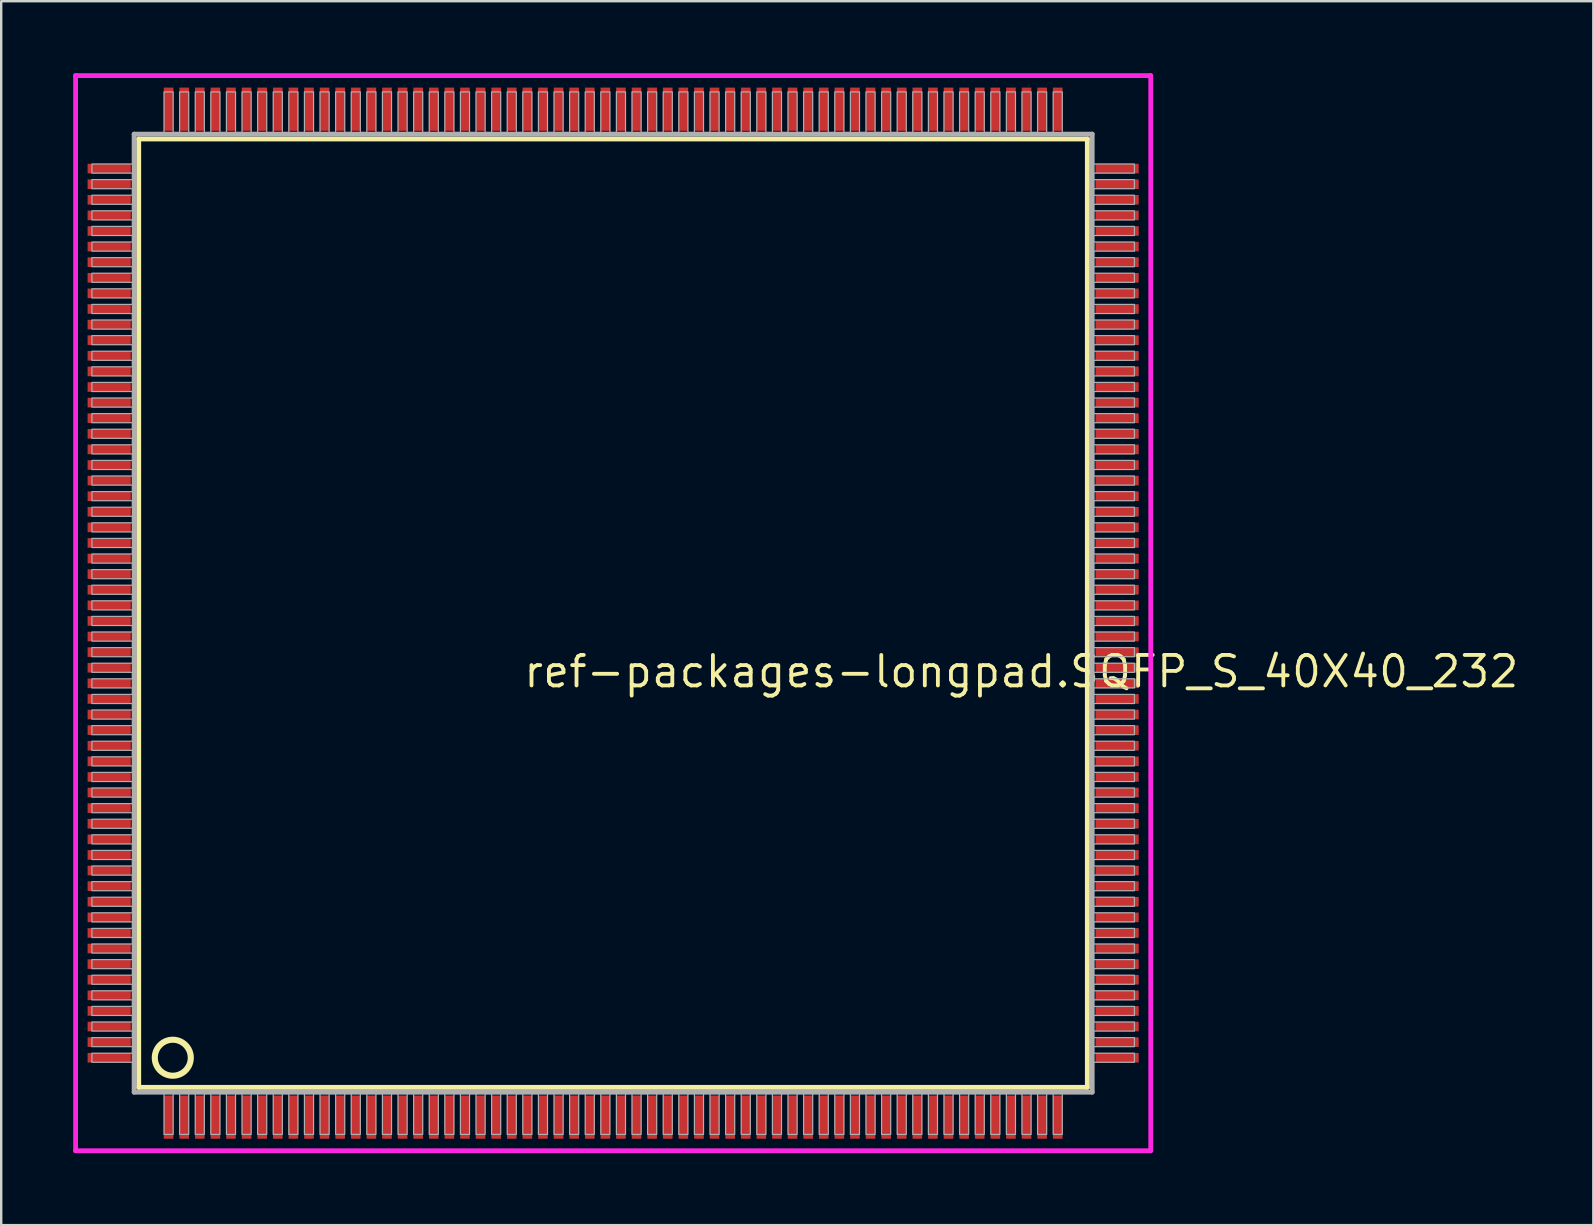
<source format=kicad_pcb>
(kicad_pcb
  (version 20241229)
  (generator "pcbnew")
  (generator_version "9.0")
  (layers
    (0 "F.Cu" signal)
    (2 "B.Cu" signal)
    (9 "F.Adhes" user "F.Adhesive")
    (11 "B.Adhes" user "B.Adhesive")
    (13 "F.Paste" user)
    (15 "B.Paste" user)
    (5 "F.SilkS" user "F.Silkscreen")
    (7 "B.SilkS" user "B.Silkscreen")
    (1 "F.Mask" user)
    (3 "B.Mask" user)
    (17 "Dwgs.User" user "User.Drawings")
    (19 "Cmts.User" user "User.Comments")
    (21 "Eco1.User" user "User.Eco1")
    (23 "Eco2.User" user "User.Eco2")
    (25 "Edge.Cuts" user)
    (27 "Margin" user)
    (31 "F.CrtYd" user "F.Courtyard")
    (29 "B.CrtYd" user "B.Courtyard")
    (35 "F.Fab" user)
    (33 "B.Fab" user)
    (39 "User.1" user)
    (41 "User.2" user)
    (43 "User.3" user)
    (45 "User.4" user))
  (footprint "ref-packages-longpad.SQFP_S_40X40_232"
    (layer "F.Cu")
    (at 22.5 22.5)
    (property "Reference" "ref-packages-longpad.SQFP_S_40X40_232" (at -3.81 3.175 0) (layer "F.SilkS") (effects (font (size 1.27 1.27) (thickness 0.16)) (justify left bottom)))
    (attr smd)
    (fp_line (start -19.77 -19.76) (end 19.76 -19.76) (stroke (width 0.203) (type default)) (layer "F.SilkS"))
    (fp_line (start -19.77 19.76) (end -19.77 -19.76) (stroke (width 0.203) (type default)) (layer "F.SilkS"))
    (fp_line (start 19.76 -19.76) (end 19.76 19.76) (stroke (width 0.203) (type default)) (layer "F.SilkS"))
    (fp_line (start 19.76 19.76) (end -19.77 19.76) (stroke (width 0.203) (type default)) (layer "F.SilkS"))
    (fp_circle (center -18.35 18.525) (end -17.6 18.525) (stroke (width 0.254) (type default)) (fill no) (layer "F.SilkS"))
    (fp_line (start -22.4 -22.4) (end 22.4 -22.4) (stroke (width 0.2) (type default)) (layer "F.CrtYd"))
    (fp_line (start -22.4 22.4) (end -22.4 -22.4) (stroke (width 0.2) (type default)) (layer "F.CrtYd"))
    (fp_line (start 22.4 -22.4) (end 22.4 22.4) (stroke (width 0.2) (type default)) (layer "F.CrtYd"))
    (fp_line (start 22.4 22.4) (end -22.4 22.4) (stroke (width 0.2) (type default)) (layer "F.CrtYd"))
    (fp_line (start -19.96 -19.96) (end -19.96 19.96) (stroke (width 0.203) (type default)) (layer "F.Fab"))
    (fp_line (start -19.96 19.96) (end 19.96 19.96) (stroke (width 0.203) (type default)) (layer "F.Fab"))
    (fp_line (start 19.96 -19.96) (end -19.96 -19.96) (stroke (width 0.203) (type default)) (layer "F.Fab"))
    (fp_line (start 19.96 19.96) (end 19.96 -19.96) (stroke (width 0.203) (type default)) (layer "F.Fab"))
    (fp_rect (start -21.72 -18.335) (end -20 -18.715) (stroke (width 0.05) (type default)) (fill no) (layer "F.Fab"))
    (fp_rect (start -21.72 -17.685) (end -20 -18.065) (stroke (width 0.05) (type default)) (fill no) (layer "F.Fab"))
    (fp_rect (start -21.72 -17.035) (end -20 -17.415) (stroke (width 0.05) (type default)) (fill no) (layer "F.Fab"))
    (fp_rect (start -21.72 -16.385) (end -20 -16.765) (stroke (width 0.05) (type default)) (fill no) (layer "F.Fab"))
    (fp_rect (start -21.72 -15.735) (end -20 -16.115) (stroke (width 0.05) (type default)) (fill no) (layer "F.Fab"))
    (fp_rect (start -21.72 -15.085) (end -20 -15.465) (stroke (width 0.05) (type default)) (fill no) (layer "F.Fab"))
    (fp_rect (start -21.72 -14.435) (end -20 -14.815) (stroke (width 0.05) (type default)) (fill no) (layer "F.Fab"))
    (fp_rect (start -21.72 -13.785) (end -20 -14.165) (stroke (width 0.05) (type default)) (fill no) (layer "F.Fab"))
    (fp_rect (start -21.72 -13.135) (end -20 -13.515) (stroke (width 0.05) (type default)) (fill no) (layer "F.Fab"))
    (fp_rect (start -21.72 -12.485) (end -20 -12.865) (stroke (width 0.05) (type default)) (fill no) (layer "F.Fab"))
    (fp_rect (start -21.72 -11.835) (end -20 -12.215) (stroke (width 0.05) (type default)) (fill no) (layer "F.Fab"))
    (fp_rect (start -21.72 -11.185) (end -20 -11.565) (stroke (width 0.05) (type default)) (fill no) (layer "F.Fab"))
    (fp_rect (start -21.72 -10.535) (end -20 -10.915) (stroke (width 0.05) (type default)) (fill no) (layer "F.Fab"))
    (fp_rect (start -21.72 -9.885) (end -20 -10.265) (stroke (width 0.05) (type default)) (fill no) (layer "F.Fab"))
    (fp_rect (start -21.72 -9.235) (end -20 -9.615) (stroke (width 0.05) (type default)) (fill no) (layer "F.Fab"))
    (fp_rect (start -21.72 -8.585) (end -20 -8.965) (stroke (width 0.05) (type default)) (fill no) (layer "F.Fab"))
    (fp_rect (start -21.72 -7.935) (end -20 -8.315) (stroke (width 0.05) (type default)) (fill no) (layer "F.Fab"))
    (fp_rect (start -21.72 -7.285) (end -20 -7.665) (stroke (width 0.05) (type default)) (fill no) (layer "F.Fab"))
    (fp_rect (start -21.72 -6.635) (end -20 -7.015) (stroke (width 0.05) (type default)) (fill no) (layer "F.Fab"))
    (fp_rect (start -21.72 -5.985) (end -20 -6.365) (stroke (width 0.05) (type default)) (fill no) (layer "F.Fab"))
    (fp_rect (start -21.72 -5.335) (end -20 -5.715) (stroke (width 0.05) (type default)) (fill no) (layer "F.Fab"))
    (fp_rect (start -21.72 -4.685) (end -20 -5.065) (stroke (width 0.05) (type default)) (fill no) (layer "F.Fab"))
    (fp_rect (start -21.72 -4.035) (end -20 -4.415) (stroke (width 0.05) (type default)) (fill no) (layer "F.Fab"))
    (fp_rect (start -21.72 -3.385) (end -20 -3.765) (stroke (width 0.05) (type default)) (fill no) (layer "F.Fab"))
    (fp_rect (start -21.72 -2.735) (end -20 -3.115) (stroke (width 0.05) (type default)) (fill no) (layer "F.Fab"))
    (fp_rect (start -21.72 -2.085) (end -20 -2.465) (stroke (width 0.05) (type default)) (fill no) (layer "F.Fab"))
    (fp_rect (start -21.72 -1.435) (end -20 -1.815) (stroke (width 0.05) (type default)) (fill no) (layer "F.Fab"))
    (fp_rect (start -21.72 -0.785) (end -20 -1.165) (stroke (width 0.05) (type default)) (fill no) (layer "F.Fab"))
    (fp_rect (start -21.72 -0.135) (end -20 -0.515) (stroke (width 0.05) (type default)) (fill no) (layer "F.Fab"))
    (fp_rect (start -21.72 0.515) (end -20 0.135) (stroke (width 0.05) (type default)) (fill no) (layer "F.Fab"))
    (fp_rect (start -21.72 1.165) (end -20 0.785) (stroke (width 0.05) (type default)) (fill no) (layer "F.Fab"))
    (fp_rect (start -21.72 1.815) (end -20 1.435) (stroke (width 0.05) (type default)) (fill no) (layer "F.Fab"))
    (fp_rect (start -21.72 2.465) (end -20 2.085) (stroke (width 0.05) (type default)) (fill no) (layer "F.Fab"))
    (fp_rect (start -21.72 3.115) (end -20 2.735) (stroke (width 0.05) (type default)) (fill no) (layer "F.Fab"))
    (fp_rect (start -21.72 3.765) (end -20 3.385) (stroke (width 0.05) (type default)) (fill no) (layer "F.Fab"))
    (fp_rect (start -21.72 4.415) (end -20 4.035) (stroke (width 0.05) (type default)) (fill no) (layer "F.Fab"))
    (fp_rect (start -21.72 5.065) (end -20 4.685) (stroke (width 0.05) (type default)) (fill no) (layer "F.Fab"))
    (fp_rect (start -21.72 5.715) (end -20 5.335) (stroke (width 0.05) (type default)) (fill no) (layer "F.Fab"))
    (fp_rect (start -21.72 6.365) (end -20 5.985) (stroke (width 0.05) (type default)) (fill no) (layer "F.Fab"))
    (fp_rect (start -21.72 7.015) (end -20 6.635) (stroke (width 0.05) (type default)) (fill no) (layer "F.Fab"))
    (fp_rect (start -21.72 7.665) (end -20 7.285) (stroke (width 0.05) (type default)) (fill no) (layer "F.Fab"))
    (fp_rect (start -21.72 8.315) (end -20 7.935) (stroke (width 0.05) (type default)) (fill no) (layer "F.Fab"))
    (fp_rect (start -21.72 8.965) (end -20 8.585) (stroke (width 0.05) (type default)) (fill no) (layer "F.Fab"))
    (fp_rect (start -21.72 9.615) (end -20 9.235) (stroke (width 0.05) (type default)) (fill no) (layer "F.Fab"))
    (fp_rect (start -21.72 10.265) (end -20 9.885) (stroke (width 0.05) (type default)) (fill no) (layer "F.Fab"))
    (fp_rect (start -21.72 10.915) (end -20 10.535) (stroke (width 0.05) (type default)) (fill no) (layer "F.Fab"))
    (fp_rect (start -21.72 11.565) (end -20 11.185) (stroke (width 0.05) (type default)) (fill no) (layer "F.Fab"))
    (fp_rect (start -21.72 12.215) (end -20 11.835) (stroke (width 0.05) (type default)) (fill no) (layer "F.Fab"))
    (fp_rect (start -21.72 12.865) (end -20 12.485) (stroke (width 0.05) (type default)) (fill no) (layer "F.Fab"))
    (fp_rect (start -21.72 13.515) (end -20 13.135) (stroke (width 0.05) (type default)) (fill no) (layer "F.Fab"))
    (fp_rect (start -21.72 14.165) (end -20 13.785) (stroke (width 0.05) (type default)) (fill no) (layer "F.Fab"))
    (fp_rect (start -21.72 14.815) (end -20 14.435) (stroke (width 0.05) (type default)) (fill no) (layer "F.Fab"))
    (fp_rect (start -21.72 15.465) (end -20 15.085) (stroke (width 0.05) (type default)) (fill no) (layer "F.Fab"))
    (fp_rect (start -21.72 16.115) (end -20 15.735) (stroke (width 0.05) (type default)) (fill no) (layer "F.Fab"))
    (fp_rect (start -21.72 16.765) (end -20 16.385) (stroke (width 0.05) (type default)) (fill no) (layer "F.Fab"))
    (fp_rect (start -21.72 17.415) (end -20 17.035) (stroke (width 0.05) (type default)) (fill no) (layer "F.Fab"))
    (fp_rect (start -21.72 18.065) (end -20 17.685) (stroke (width 0.05) (type default)) (fill no) (layer "F.Fab"))
    (fp_rect (start -21.72 18.715) (end -20 18.335) (stroke (width 0.05) (type default)) (fill no) (layer "F.Fab"))
    (fp_rect (start -18.715 -20) (end -18.335 -21.72) (stroke (width 0.05) (type default)) (fill no) (layer "F.Fab"))
    (fp_rect (start -18.715 21.72) (end -18.335 20) (stroke (width 0.05) (type default)) (fill no) (layer "F.Fab"))
    (fp_rect (start -18.065 -20) (end -17.685 -21.72) (stroke (width 0.05) (type default)) (fill no) (layer "F.Fab"))
    (fp_rect (start -18.065 21.72) (end -17.685 20) (stroke (width 0.05) (type default)) (fill no) (layer "F.Fab"))
    (fp_rect (start -17.415 -20) (end -17.035 -21.72) (stroke (width 0.05) (type default)) (fill no) (layer "F.Fab"))
    (fp_rect (start -17.415 21.72) (end -17.035 20) (stroke (width 0.05) (type default)) (fill no) (layer "F.Fab"))
    (fp_rect (start -16.765 -20) (end -16.385 -21.72) (stroke (width 0.05) (type default)) (fill no) (layer "F.Fab"))
    (fp_rect (start -16.765 21.72) (end -16.385 20) (stroke (width 0.05) (type default)) (fill no) (layer "F.Fab"))
    (fp_rect (start -16.115 -20) (end -15.735 -21.72) (stroke (width 0.05) (type default)) (fill no) (layer "F.Fab"))
    (fp_rect (start -16.115 21.72) (end -15.735 20) (stroke (width 0.05) (type default)) (fill no) (layer "F.Fab"))
    (fp_rect (start -15.465 -20) (end -15.085 -21.72) (stroke (width 0.05) (type default)) (fill no) (layer "F.Fab"))
    (fp_rect (start -15.465 21.72) (end -15.085 20) (stroke (width 0.05) (type default)) (fill no) (layer "F.Fab"))
    (fp_rect (start -14.815 -20) (end -14.435 -21.72) (stroke (width 0.05) (type default)) (fill no) (layer "F.Fab"))
    (fp_rect (start -14.815 21.72) (end -14.435 20) (stroke (width 0.05) (type default)) (fill no) (layer "F.Fab"))
    (fp_rect (start -14.165 -20) (end -13.785 -21.72) (stroke (width 0.05) (type default)) (fill no) (layer "F.Fab"))
    (fp_rect (start -14.165 21.72) (end -13.785 20) (stroke (width 0.05) (type default)) (fill no) (layer "F.Fab"))
    (fp_rect (start -13.515 -20) (end -13.135 -21.72) (stroke (width 0.05) (type default)) (fill no) (layer "F.Fab"))
    (fp_rect (start -13.515 21.72) (end -13.135 20) (stroke (width 0.05) (type default)) (fill no) (layer "F.Fab"))
    (fp_rect (start -12.865 -20) (end -12.485 -21.72) (stroke (width 0.05) (type default)) (fill no) (layer "F.Fab"))
    (fp_rect (start -12.865 21.72) (end -12.485 20) (stroke (width 0.05) (type default)) (fill no) (layer "F.Fab"))
    (fp_rect (start -12.215 -20) (end -11.835 -21.72) (stroke (width 0.05) (type default)) (fill no) (layer "F.Fab"))
    (fp_rect (start -12.215 21.72) (end -11.835 20) (stroke (width 0.05) (type default)) (fill no) (layer "F.Fab"))
    (fp_rect (start -11.565 -20) (end -11.185 -21.72) (stroke (width 0.05) (type default)) (fill no) (layer "F.Fab"))
    (fp_rect (start -11.565 21.72) (end -11.185 20) (stroke (width 0.05) (type default)) (fill no) (layer "F.Fab"))
    (fp_rect (start -10.915 -20) (end -10.535 -21.72) (stroke (width 0.05) (type default)) (fill no) (layer "F.Fab"))
    (fp_rect (start -10.915 21.72) (end -10.535 20) (stroke (width 0.05) (type default)) (fill no) (layer "F.Fab"))
    (fp_rect (start -10.265 -20) (end -9.885 -21.72) (stroke (width 0.05) (type default)) (fill no) (layer "F.Fab"))
    (fp_rect (start -10.265 21.72) (end -9.885 20) (stroke (width 0.05) (type default)) (fill no) (layer "F.Fab"))
    (fp_rect (start -9.615 -20) (end -9.235 -21.72) (stroke (width 0.05) (type default)) (fill no) (layer "F.Fab"))
    (fp_rect (start -9.615 21.72) (end -9.235 20) (stroke (width 0.05) (type default)) (fill no) (layer "F.Fab"))
    (fp_rect (start -8.965 -20) (end -8.585 -21.72) (stroke (width 0.05) (type default)) (fill no) (layer "F.Fab"))
    (fp_rect (start -8.965 21.72) (end -8.585 20) (stroke (width 0.05) (type default)) (fill no) (layer "F.Fab"))
    (fp_rect (start -8.315 -20) (end -7.935 -21.72) (stroke (width 0.05) (type default)) (fill no) (layer "F.Fab"))
    (fp_rect (start -8.315 21.72) (end -7.935 20) (stroke (width 0.05) (type default)) (fill no) (layer "F.Fab"))
    (fp_rect (start -7.665 -20) (end -7.285 -21.72) (stroke (width 0.05) (type default)) (fill no) (layer "F.Fab"))
    (fp_rect (start -7.665 21.72) (end -7.285 20) (stroke (width 0.05) (type default)) (fill no) (layer "F.Fab"))
    (fp_rect (start -7.015 -20) (end -6.635 -21.72) (stroke (width 0.05) (type default)) (fill no) (layer "F.Fab"))
    (fp_rect (start -7.015 21.72) (end -6.635 20) (stroke (width 0.05) (type default)) (fill no) (layer "F.Fab"))
    (fp_rect (start -6.365 -20) (end -5.985 -21.72) (stroke (width 0.05) (type default)) (fill no) (layer "F.Fab"))
    (fp_rect (start -6.365 21.72) (end -5.985 20) (stroke (width 0.05) (type default)) (fill no) (layer "F.Fab"))
    (fp_rect (start -5.715 -20) (end -5.335 -21.72) (stroke (width 0.05) (type default)) (fill no) (layer "F.Fab"))
    (fp_rect (start -5.715 21.72) (end -5.335 20) (stroke (width 0.05) (type default)) (fill no) (layer "F.Fab"))
    (fp_rect (start -5.065 -20) (end -4.685 -21.72) (stroke (width 0.05) (type default)) (fill no) (layer "F.Fab"))
    (fp_rect (start -5.065 21.72) (end -4.685 20) (stroke (width 0.05) (type default)) (fill no) (layer "F.Fab"))
    (fp_rect (start -4.415 -20) (end -4.035 -21.72) (stroke (width 0.05) (type default)) (fill no) (layer "F.Fab"))
    (fp_rect (start -4.415 21.72) (end -4.035 20) (stroke (width 0.05) (type default)) (fill no) (layer "F.Fab"))
    (fp_rect (start -3.765 -20) (end -3.385 -21.72) (stroke (width 0.05) (type default)) (fill no) (layer "F.Fab"))
    (fp_rect (start -3.765 21.72) (end -3.385 20) (stroke (width 0.05) (type default)) (fill no) (layer "F.Fab"))
    (fp_rect (start -3.115 -20) (end -2.735 -21.72) (stroke (width 0.05) (type default)) (fill no) (layer "F.Fab"))
    (fp_rect (start -3.115 21.72) (end -2.735 20) (stroke (width 0.05) (type default)) (fill no) (layer "F.Fab"))
    (fp_rect (start -2.465 -20) (end -2.085 -21.72) (stroke (width 0.05) (type default)) (fill no) (layer "F.Fab"))
    (fp_rect (start -2.465 21.72) (end -2.085 20) (stroke (width 0.05) (type default)) (fill no) (layer "F.Fab"))
    (fp_rect (start -1.815 -20) (end -1.435 -21.72) (stroke (width 0.05) (type default)) (fill no) (layer "F.Fab"))
    (fp_rect (start -1.815 21.72) (end -1.435 20) (stroke (width 0.05) (type default)) (fill no) (layer "F.Fab"))
    (fp_rect (start -1.165 -20) (end -0.785 -21.72) (stroke (width 0.05) (type default)) (fill no) (layer "F.Fab"))
    (fp_rect (start -1.165 21.72) (end -0.785 20) (stroke (width 0.05) (type default)) (fill no) (layer "F.Fab"))
    (fp_rect (start -0.515 -20) (end -0.135 -21.72) (stroke (width 0.05) (type default)) (fill no) (layer "F.Fab"))
    (fp_rect (start -0.515 21.72) (end -0.135 20) (stroke (width 0.05) (type default)) (fill no) (layer "F.Fab"))
    (fp_rect (start 0.135 -20) (end 0.515 -21.72) (stroke (width 0.05) (type default)) (fill no) (layer "F.Fab"))
    (fp_rect (start 0.135 21.72) (end 0.515 20) (stroke (width 0.05) (type default)) (fill no) (layer "F.Fab"))
    (fp_rect (start 0.785 -20) (end 1.165 -21.72) (stroke (width 0.05) (type default)) (fill no) (layer "F.Fab"))
    (fp_rect (start 0.785 21.72) (end 1.165 20) (stroke (width 0.05) (type default)) (fill no) (layer "F.Fab"))
    (fp_rect (start 1.435 -20) (end 1.815 -21.72) (stroke (width 0.05) (type default)) (fill no) (layer "F.Fab"))
    (fp_rect (start 1.435 21.72) (end 1.815 20) (stroke (width 0.05) (type default)) (fill no) (layer "F.Fab"))
    (fp_rect (start 2.085 -20) (end 2.465 -21.72) (stroke (width 0.05) (type default)) (fill no) (layer "F.Fab"))
    (fp_rect (start 2.085 21.72) (end 2.465 20) (stroke (width 0.05) (type default)) (fill no) (layer "F.Fab"))
    (fp_rect (start 2.735 -20) (end 3.115 -21.72) (stroke (width 0.05) (type default)) (fill no) (layer "F.Fab"))
    (fp_rect (start 2.735 21.72) (end 3.115 20) (stroke (width 0.05) (type default)) (fill no) (layer "F.Fab"))
    (fp_rect (start 3.385 -20) (end 3.765 -21.72) (stroke (width 0.05) (type default)) (fill no) (layer "F.Fab"))
    (fp_rect (start 3.385 21.72) (end 3.765 20) (stroke (width 0.05) (type default)) (fill no) (layer "F.Fab"))
    (fp_rect (start 4.035 -20) (end 4.415 -21.72) (stroke (width 0.05) (type default)) (fill no) (layer "F.Fab"))
    (fp_rect (start 4.035 21.72) (end 4.415 20) (stroke (width 0.05) (type default)) (fill no) (layer "F.Fab"))
    (fp_rect (start 4.685 -20) (end 5.065 -21.72) (stroke (width 0.05) (type default)) (fill no) (layer "F.Fab"))
    (fp_rect (start 4.685 21.72) (end 5.065 20) (stroke (width 0.05) (type default)) (fill no) (layer "F.Fab"))
    (fp_rect (start 5.335 -20) (end 5.715 -21.72) (stroke (width 0.05) (type default)) (fill no) (layer "F.Fab"))
    (fp_rect (start 5.335 21.72) (end 5.715 20) (stroke (width 0.05) (type default)) (fill no) (layer "F.Fab"))
    (fp_rect (start 5.985 -20) (end 6.365 -21.72) (stroke (width 0.05) (type default)) (fill no) (layer "F.Fab"))
    (fp_rect (start 5.985 21.72) (end 6.365 20) (stroke (width 0.05) (type default)) (fill no) (layer "F.Fab"))
    (fp_rect (start 6.635 -20) (end 7.015 -21.72) (stroke (width 0.05) (type default)) (fill no) (layer "F.Fab"))
    (fp_rect (start 6.635 21.72) (end 7.015 20) (stroke (width 0.05) (type default)) (fill no) (layer "F.Fab"))
    (fp_rect (start 7.285 -20) (end 7.665 -21.72) (stroke (width 0.05) (type default)) (fill no) (layer "F.Fab"))
    (fp_rect (start 7.285 21.72) (end 7.665 20) (stroke (width 0.05) (type default)) (fill no) (layer "F.Fab"))
    (fp_rect (start 7.935 -20) (end 8.315 -21.72) (stroke (width 0.05) (type default)) (fill no) (layer "F.Fab"))
    (fp_rect (start 7.935 21.72) (end 8.315 20) (stroke (width 0.05) (type default)) (fill no) (layer "F.Fab"))
    (fp_rect (start 8.585 -20) (end 8.965 -21.72) (stroke (width 0.05) (type default)) (fill no) (layer "F.Fab"))
    (fp_rect (start 8.585 21.72) (end 8.965 20) (stroke (width 0.05) (type default)) (fill no) (layer "F.Fab"))
    (fp_rect (start 9.235 -20) (end 9.615 -21.72) (stroke (width 0.05) (type default)) (fill no) (layer "F.Fab"))
    (fp_rect (start 9.235 21.72) (end 9.615 20) (stroke (width 0.05) (type default)) (fill no) (layer "F.Fab"))
    (fp_rect (start 9.885 -20) (end 10.265 -21.72) (stroke (width 0.05) (type default)) (fill no) (layer "F.Fab"))
    (fp_rect (start 9.885 21.72) (end 10.265 20) (stroke (width 0.05) (type default)) (fill no) (layer "F.Fab"))
    (fp_rect (start 10.535 -20) (end 10.915 -21.72) (stroke (width 0.05) (type default)) (fill no) (layer "F.Fab"))
    (fp_rect (start 10.535 21.72) (end 10.915 20) (stroke (width 0.05) (type default)) (fill no) (layer "F.Fab"))
    (fp_rect (start 11.185 -20) (end 11.565 -21.72) (stroke (width 0.05) (type default)) (fill no) (layer "F.Fab"))
    (fp_rect (start 11.185 21.72) (end 11.565 20) (stroke (width 0.05) (type default)) (fill no) (layer "F.Fab"))
    (fp_rect (start 11.835 -20) (end 12.215 -21.72) (stroke (width 0.05) (type default)) (fill no) (layer "F.Fab"))
    (fp_rect (start 11.835 21.72) (end 12.215 20) (stroke (width 0.05) (type default)) (fill no) (layer "F.Fab"))
    (fp_rect (start 12.485 -20) (end 12.865 -21.72) (stroke (width 0.05) (type default)) (fill no) (layer "F.Fab"))
    (fp_rect (start 12.485 21.72) (end 12.865 20) (stroke (width 0.05) (type default)) (fill no) (layer "F.Fab"))
    (fp_rect (start 13.135 -20) (end 13.515 -21.72) (stroke (width 0.05) (type default)) (fill no) (layer "F.Fab"))
    (fp_rect (start 13.135 21.72) (end 13.515 20) (stroke (width 0.05) (type default)) (fill no) (layer "F.Fab"))
    (fp_rect (start 13.785 -20) (end 14.165 -21.72) (stroke (width 0.05) (type default)) (fill no) (layer "F.Fab"))
    (fp_rect (start 13.785 21.72) (end 14.165 20) (stroke (width 0.05) (type default)) (fill no) (layer "F.Fab"))
    (fp_rect (start 14.435 -20) (end 14.815 -21.72) (stroke (width 0.05) (type default)) (fill no) (layer "F.Fab"))
    (fp_rect (start 14.435 21.72) (end 14.815 20) (stroke (width 0.05) (type default)) (fill no) (layer "F.Fab"))
    (fp_rect (start 15.085 -20) (end 15.465 -21.72) (stroke (width 0.05) (type default)) (fill no) (layer "F.Fab"))
    (fp_rect (start 15.085 21.72) (end 15.465 20) (stroke (width 0.05) (type default)) (fill no) (layer "F.Fab"))
    (fp_rect (start 15.735 -20) (end 16.115 -21.72) (stroke (width 0.05) (type default)) (fill no) (layer "F.Fab"))
    (fp_rect (start 15.735 21.72) (end 16.115 20) (stroke (width 0.05) (type default)) (fill no) (layer "F.Fab"))
    (fp_rect (start 16.385 -20) (end 16.765 -21.72) (stroke (width 0.05) (type default)) (fill no) (layer "F.Fab"))
    (fp_rect (start 16.385 21.72) (end 16.765 20) (stroke (width 0.05) (type default)) (fill no) (layer "F.Fab"))
    (fp_rect (start 17.035 -20) (end 17.415 -21.72) (stroke (width 0.05) (type default)) (fill no) (layer "F.Fab"))
    (fp_rect (start 17.035 21.72) (end 17.415 20) (stroke (width 0.05) (type default)) (fill no) (layer "F.Fab"))
    (fp_rect (start 17.685 -20) (end 18.065 -21.72) (stroke (width 0.05) (type default)) (fill no) (layer "F.Fab"))
    (fp_rect (start 17.685 21.72) (end 18.065 20) (stroke (width 0.05) (type default)) (fill no) (layer "F.Fab"))
    (fp_rect (start 18.335 -20) (end 18.715 -21.72) (stroke (width 0.05) (type default)) (fill no) (layer "F.Fab"))
    (fp_rect (start 18.335 21.72) (end 18.715 20) (stroke (width 0.05) (type default)) (fill no) (layer "F.Fab"))
    (fp_rect (start 20 -18.335) (end 21.72 -18.715) (stroke (width 0.05) (type default)) (fill no) (layer "F.Fab"))
    (fp_rect (start 20 -17.685) (end 21.72 -18.065) (stroke (width 0.05) (type default)) (fill no) (layer "F.Fab"))
    (fp_rect (start 20 -17.035) (end 21.72 -17.415) (stroke (width 0.05) (type default)) (fill no) (layer "F.Fab"))
    (fp_rect (start 20 -16.385) (end 21.72 -16.765) (stroke (width 0.05) (type default)) (fill no) (layer "F.Fab"))
    (fp_rect (start 20 -15.735) (end 21.72 -16.115) (stroke (width 0.05) (type default)) (fill no) (layer "F.Fab"))
    (fp_rect (start 20 -15.085) (end 21.72 -15.465) (stroke (width 0.05) (type default)) (fill no) (layer "F.Fab"))
    (fp_rect (start 20 -14.435) (end 21.72 -14.815) (stroke (width 0.05) (type default)) (fill no) (layer "F.Fab"))
    (fp_rect (start 20 -13.785) (end 21.72 -14.165) (stroke (width 0.05) (type default)) (fill no) (layer "F.Fab"))
    (fp_rect (start 20 -13.135) (end 21.72 -13.515) (stroke (width 0.05) (type default)) (fill no) (layer "F.Fab"))
    (fp_rect (start 20 -12.485) (end 21.72 -12.865) (stroke (width 0.05) (type default)) (fill no) (layer "F.Fab"))
    (fp_rect (start 20 -11.835) (end 21.72 -12.215) (stroke (width 0.05) (type default)) (fill no) (layer "F.Fab"))
    (fp_rect (start 20 -11.185) (end 21.72 -11.565) (stroke (width 0.05) (type default)) (fill no) (layer "F.Fab"))
    (fp_rect (start 20 -10.535) (end 21.72 -10.915) (stroke (width 0.05) (type default)) (fill no) (layer "F.Fab"))
    (fp_rect (start 20 -9.885) (end 21.72 -10.265) (stroke (width 0.05) (type default)) (fill no) (layer "F.Fab"))
    (fp_rect (start 20 -9.235) (end 21.72 -9.615) (stroke (width 0.05) (type default)) (fill no) (layer "F.Fab"))
    (fp_rect (start 20 -8.585) (end 21.72 -8.965) (stroke (width 0.05) (type default)) (fill no) (layer "F.Fab"))
    (fp_rect (start 20 -7.935) (end 21.72 -8.315) (stroke (width 0.05) (type default)) (fill no) (layer "F.Fab"))
    (fp_rect (start 20 -7.285) (end 21.72 -7.665) (stroke (width 0.05) (type default)) (fill no) (layer "F.Fab"))
    (fp_rect (start 20 -6.635) (end 21.72 -7.015) (stroke (width 0.05) (type default)) (fill no) (layer "F.Fab"))
    (fp_rect (start 20 -5.985) (end 21.72 -6.365) (stroke (width 0.05) (type default)) (fill no) (layer "F.Fab"))
    (fp_rect (start 20 -5.335) (end 21.72 -5.715) (stroke (width 0.05) (type default)) (fill no) (layer "F.Fab"))
    (fp_rect (start 20 -4.685) (end 21.72 -5.065) (stroke (width 0.05) (type default)) (fill no) (layer "F.Fab"))
    (fp_rect (start 20 -4.035) (end 21.72 -4.415) (stroke (width 0.05) (type default)) (fill no) (layer "F.Fab"))
    (fp_rect (start 20 -3.385) (end 21.72 -3.765) (stroke (width 0.05) (type default)) (fill no) (layer "F.Fab"))
    (fp_rect (start 20 -2.735) (end 21.72 -3.115) (stroke (width 0.05) (type default)) (fill no) (layer "F.Fab"))
    (fp_rect (start 20 -2.085) (end 21.72 -2.465) (stroke (width 0.05) (type default)) (fill no) (layer "F.Fab"))
    (fp_rect (start 20 -1.435) (end 21.72 -1.815) (stroke (width 0.05) (type default)) (fill no) (layer "F.Fab"))
    (fp_rect (start 20 -0.785) (end 21.72 -1.165) (stroke (width 0.05) (type default)) (fill no) (layer "F.Fab"))
    (fp_rect (start 20 -0.135) (end 21.72 -0.515) (stroke (width 0.05) (type default)) (fill no) (layer "F.Fab"))
    (fp_rect (start 20 0.515) (end 21.72 0.135) (stroke (width 0.05) (type default)) (fill no) (layer "F.Fab"))
    (fp_rect (start 20 1.165) (end 21.72 0.785) (stroke (width 0.05) (type default)) (fill no) (layer "F.Fab"))
    (fp_rect (start 20 1.815) (end 21.72 1.435) (stroke (width 0.05) (type default)) (fill no) (layer "F.Fab"))
    (fp_rect (start 20 2.465) (end 21.72 2.085) (stroke (width 0.05) (type default)) (fill no) (layer "F.Fab"))
    (fp_rect (start 20 3.115) (end 21.72 2.735) (stroke (width 0.05) (type default)) (fill no) (layer "F.Fab"))
    (fp_rect (start 20 3.765) (end 21.72 3.385) (stroke (width 0.05) (type default)) (fill no) (layer "F.Fab"))
    (fp_rect (start 20 4.415) (end 21.72 4.035) (stroke (width 0.05) (type default)) (fill no) (layer "F.Fab"))
    (fp_rect (start 20 5.065) (end 21.72 4.685) (stroke (width 0.05) (type default)) (fill no) (layer "F.Fab"))
    (fp_rect (start 20 5.715) (end 21.72 5.335) (stroke (width 0.05) (type default)) (fill no) (layer "F.Fab"))
    (fp_rect (start 20 6.365) (end 21.72 5.985) (stroke (width 0.05) (type default)) (fill no) (layer "F.Fab"))
    (fp_rect (start 20 7.015) (end 21.72 6.635) (stroke (width 0.05) (type default)) (fill no) (layer "F.Fab"))
    (fp_rect (start 20 7.665) (end 21.72 7.285) (stroke (width 0.05) (type default)) (fill no) (layer "F.Fab"))
    (fp_rect (start 20 8.315) (end 21.72 7.935) (stroke (width 0.05) (type default)) (fill no) (layer "F.Fab"))
    (fp_rect (start 20 8.965) (end 21.72 8.585) (stroke (width 0.05) (type default)) (fill no) (layer "F.Fab"))
    (fp_rect (start 20 9.615) (end 21.72 9.235) (stroke (width 0.05) (type default)) (fill no) (layer "F.Fab"))
    (fp_rect (start 20 10.265) (end 21.72 9.885) (stroke (width 0.05) (type default)) (fill no) (layer "F.Fab"))
    (fp_rect (start 20 10.915) (end 21.72 10.535) (stroke (width 0.05) (type default)) (fill no) (layer "F.Fab"))
    (fp_rect (start 20 11.565) (end 21.72 11.185) (stroke (width 0.05) (type default)) (fill no) (layer "F.Fab"))
    (fp_rect (start 20 12.215) (end 21.72 11.835) (stroke (width 0.05) (type default)) (fill no) (layer "F.Fab"))
    (fp_rect (start 20 12.865) (end 21.72 12.485) (stroke (width 0.05) (type default)) (fill no) (layer "F.Fab"))
    (fp_rect (start 20 13.515) (end 21.72 13.135) (stroke (width 0.05) (type default)) (fill no) (layer "F.Fab"))
    (fp_rect (start 20 14.165) (end 21.72 13.785) (stroke (width 0.05) (type default)) (fill no) (layer "F.Fab"))
    (fp_rect (start 20 14.815) (end 21.72 14.435) (stroke (width 0.05) (type default)) (fill no) (layer "F.Fab"))
    (fp_rect (start 20 15.465) (end 21.72 15.085) (stroke (width 0.05) (type default)) (fill no) (layer "F.Fab"))
    (fp_rect (start 20 16.115) (end 21.72 15.735) (stroke (width 0.05) (type default)) (fill no) (layer "F.Fab"))
    (fp_rect (start 20 16.765) (end 21.72 16.385) (stroke (width 0.05) (type default)) (fill no) (layer "F.Fab"))
    (fp_rect (start 20 17.415) (end 21.72 17.035) (stroke (width 0.05) (type default)) (fill no) (layer "F.Fab"))
    (fp_rect (start 20 18.065) (end 21.72 17.685) (stroke (width 0.05) (type default)) (fill no) (layer "F.Fab"))
    (fp_rect (start 20 18.715) (end 21.72 18.335) (stroke (width 0.05) (type default)) (fill no) (layer "F.Fab"))
    (pad "1" smd roundrect (at -18.525 21) (size 0.4 1.8) (layers "F.Cu" "F.Mask" "F.Paste") (roundrect_rratio 0.01))
    (pad "2" smd roundrect (at -17.875 21) (size 0.4 1.8) (layers "F.Cu" "F.Mask" "F.Paste") (roundrect_rratio 0.01))
    (pad "3" smd roundrect (at -17.225 21) (size 0.4 1.8) (layers "F.Cu" "F.Mask" "F.Paste") (roundrect_rratio 0.01))
    (pad "4" smd roundrect (at -16.575 21) (size 0.4 1.8) (layers "F.Cu" "F.Mask" "F.Paste") (roundrect_rratio 0.01))
    (pad "5" smd roundrect (at -15.925 21) (size 0.4 1.8) (layers "F.Cu" "F.Mask" "F.Paste") (roundrect_rratio 0.01))
    (pad "6" smd roundrect (at -15.275 21) (size 0.4 1.8) (layers "F.Cu" "F.Mask" "F.Paste") (roundrect_rratio 0.01))
    (pad "7" smd roundrect (at -14.625 21) (size 0.4 1.8) (layers "F.Cu" "F.Mask" "F.Paste") (roundrect_rratio 0.01))
    (pad "8" smd roundrect (at -13.975 21) (size 0.4 1.8) (layers "F.Cu" "F.Mask" "F.Paste") (roundrect_rratio 0.01))
    (pad "9" smd roundrect (at -13.325 21) (size 0.4 1.8) (layers "F.Cu" "F.Mask" "F.Paste") (roundrect_rratio 0.01))
    (pad "10" smd roundrect (at -12.675 21) (size 0.4 1.8) (layers "F.Cu" "F.Mask" "F.Paste") (roundrect_rratio 0.01))
    (pad "11" smd roundrect (at -12.025 21) (size 0.4 1.8) (layers "F.Cu" "F.Mask" "F.Paste") (roundrect_rratio 0.01))
    (pad "12" smd roundrect (at -11.375 21) (size 0.4 1.8) (layers "F.Cu" "F.Mask" "F.Paste") (roundrect_rratio 0.01))
    (pad "13" smd roundrect (at -10.725 21) (size 0.4 1.8) (layers "F.Cu" "F.Mask" "F.Paste") (roundrect_rratio 0.01))
    (pad "14" smd roundrect (at -10.075 21) (size 0.4 1.8) (layers "F.Cu" "F.Mask" "F.Paste") (roundrect_rratio 0.01))
    (pad "15" smd roundrect (at -9.425 21) (size 0.4 1.8) (layers "F.Cu" "F.Mask" "F.Paste") (roundrect_rratio 0.01))
    (pad "16" smd roundrect (at -8.775 21) (size 0.4 1.8) (layers "F.Cu" "F.Mask" "F.Paste") (roundrect_rratio 0.01))
    (pad "17" smd roundrect (at -8.125 21) (size 0.4 1.8) (layers "F.Cu" "F.Mask" "F.Paste") (roundrect_rratio 0.01))
    (pad "18" smd roundrect (at -7.475 21) (size 0.4 1.8) (layers "F.Cu" "F.Mask" "F.Paste") (roundrect_rratio 0.01))
    (pad "19" smd roundrect (at -6.825 21) (size 0.4 1.8) (layers "F.Cu" "F.Mask" "F.Paste") (roundrect_rratio 0.01))
    (pad "20" smd roundrect (at -6.175 21) (size 0.4 1.8) (layers "F.Cu" "F.Mask" "F.Paste") (roundrect_rratio 0.01))
    (pad "21" smd roundrect (at -5.525 21) (size 0.4 1.8) (layers "F.Cu" "F.Mask" "F.Paste") (roundrect_rratio 0.01))
    (pad "22" smd roundrect (at -4.875 21) (size 0.4 1.8) (layers "F.Cu" "F.Mask" "F.Paste") (roundrect_rratio 0.01))
    (pad "23" smd roundrect (at -4.225 21) (size 0.4 1.8) (layers "F.Cu" "F.Mask" "F.Paste") (roundrect_rratio 0.01))
    (pad "24" smd roundrect (at -3.575 21) (size 0.4 1.8) (layers "F.Cu" "F.Mask" "F.Paste") (roundrect_rratio 0.01))
    (pad "25" smd roundrect (at -2.925 21) (size 0.4 1.8) (layers "F.Cu" "F.Mask" "F.Paste") (roundrect_rratio 0.01))
    (pad "26" smd roundrect (at -2.275 21) (size 0.4 1.8) (layers "F.Cu" "F.Mask" "F.Paste") (roundrect_rratio 0.01))
    (pad "27" smd roundrect (at -1.625 21) (size 0.4 1.8) (layers "F.Cu" "F.Mask" "F.Paste") (roundrect_rratio 0.01))
    (pad "28" smd roundrect (at -0.975 21) (size 0.4 1.8) (layers "F.Cu" "F.Mask" "F.Paste") (roundrect_rratio 0.01))
    (pad "29" smd roundrect (at -0.325 21) (size 0.4 1.8) (layers "F.Cu" "F.Mask" "F.Paste") (roundrect_rratio 0.01))
    (pad "30" smd roundrect (at 0.325 21) (size 0.4 1.8) (layers "F.Cu" "F.Mask" "F.Paste") (roundrect_rratio 0.01))
    (pad "31" smd roundrect (at 0.975 21) (size 0.4 1.8) (layers "F.Cu" "F.Mask" "F.Paste") (roundrect_rratio 0.01))
    (pad "32" smd roundrect (at 1.625 21) (size 0.4 1.8) (layers "F.Cu" "F.Mask" "F.Paste") (roundrect_rratio 0.01))
    (pad "33" smd roundrect (at 2.275 21) (size 0.4 1.8) (layers "F.Cu" "F.Mask" "F.Paste") (roundrect_rratio 0.01))
    (pad "34" smd roundrect (at 2.925 21) (size 0.4 1.8) (layers "F.Cu" "F.Mask" "F.Paste") (roundrect_rratio 0.01))
    (pad "35" smd roundrect (at 3.575 21) (size 0.4 1.8) (layers "F.Cu" "F.Mask" "F.Paste") (roundrect_rratio 0.01))
    (pad "36" smd roundrect (at 4.225 21) (size 0.4 1.8) (layers "F.Cu" "F.Mask" "F.Paste") (roundrect_rratio 0.01))
    (pad "37" smd roundrect (at 4.875 21) (size 0.4 1.8) (layers "F.Cu" "F.Mask" "F.Paste") (roundrect_rratio 0.01))
    (pad "38" smd roundrect (at 5.525 21) (size 0.4 1.8) (layers "F.Cu" "F.Mask" "F.Paste") (roundrect_rratio 0.01))
    (pad "39" smd roundrect (at 6.175 21) (size 0.4 1.8) (layers "F.Cu" "F.Mask" "F.Paste") (roundrect_rratio 0.01))
    (pad "40" smd roundrect (at 6.825 21) (size 0.4 1.8) (layers "F.Cu" "F.Mask" "F.Paste") (roundrect_rratio 0.01))
    (pad "41" smd roundrect (at 7.475 21) (size 0.4 1.8) (layers "F.Cu" "F.Mask" "F.Paste") (roundrect_rratio 0.01))
    (pad "42" smd roundrect (at 8.125 21) (size 0.4 1.8) (layers "F.Cu" "F.Mask" "F.Paste") (roundrect_rratio 0.01))
    (pad "43" smd roundrect (at 8.775 21) (size 0.4 1.8) (layers "F.Cu" "F.Mask" "F.Paste") (roundrect_rratio 0.01))
    (pad "44" smd roundrect (at 9.425 21) (size 0.4 1.8) (layers "F.Cu" "F.Mask" "F.Paste") (roundrect_rratio 0.01))
    (pad "45" smd roundrect (at 10.075 21) (size 0.4 1.8) (layers "F.Cu" "F.Mask" "F.Paste") (roundrect_rratio 0.01))
    (pad "46" smd roundrect (at 10.725 21) (size 0.4 1.8) (layers "F.Cu" "F.Mask" "F.Paste") (roundrect_rratio 0.01))
    (pad "47" smd roundrect (at 11.375 21) (size 0.4 1.8) (layers "F.Cu" "F.Mask" "F.Paste") (roundrect_rratio 0.01))
    (pad "48" smd roundrect (at 12.025 21) (size 0.4 1.8) (layers "F.Cu" "F.Mask" "F.Paste") (roundrect_rratio 0.01))
    (pad "49" smd roundrect (at 12.675 21) (size 0.4 1.8) (layers "F.Cu" "F.Mask" "F.Paste") (roundrect_rratio 0.01))
    (pad "50" smd roundrect (at 13.325 21) (size 0.4 1.8) (layers "F.Cu" "F.Mask" "F.Paste") (roundrect_rratio 0.01))
    (pad "51" smd roundrect (at 13.975 21) (size 0.4 1.8) (layers "F.Cu" "F.Mask" "F.Paste") (roundrect_rratio 0.01))
    (pad "52" smd roundrect (at 14.625 21) (size 0.4 1.8) (layers "F.Cu" "F.Mask" "F.Paste") (roundrect_rratio 0.01))
    (pad "53" smd roundrect (at 15.275 21) (size 0.4 1.8) (layers "F.Cu" "F.Mask" "F.Paste") (roundrect_rratio 0.01))
    (pad "54" smd roundrect (at 15.925 21) (size 0.4 1.8) (layers "F.Cu" "F.Mask" "F.Paste") (roundrect_rratio 0.01))
    (pad "55" smd roundrect (at 16.575 21) (size 0.4 1.8) (layers "F.Cu" "F.Mask" "F.Paste") (roundrect_rratio 0.01))
    (pad "56" smd roundrect (at 17.225 21) (size 0.4 1.8) (layers "F.Cu" "F.Mask" "F.Paste") (roundrect_rratio 0.01))
    (pad "57" smd roundrect (at 17.875 21) (size 0.4 1.8) (layers "F.Cu" "F.Mask" "F.Paste") (roundrect_rratio 0.01))
    (pad "58" smd roundrect (at 18.525 21) (size 0.4 1.8) (layers "F.Cu" "F.Mask" "F.Paste") (roundrect_rratio 0.01))
    (pad "59" smd roundrect (at 21 18.525) (size 1.8 0.4) (layers "F.Cu" "F.Mask" "F.Paste") (roundrect_rratio 0.01))
    (pad "60" smd roundrect (at 21 17.875) (size 1.8 0.4) (layers "F.Cu" "F.Mask" "F.Paste") (roundrect_rratio 0.01))
    (pad "61" smd roundrect (at 21 17.225) (size 1.8 0.4) (layers "F.Cu" "F.Mask" "F.Paste") (roundrect_rratio 0.01))
    (pad "62" smd roundrect (at 21 16.575) (size 1.8 0.4) (layers "F.Cu" "F.Mask" "F.Paste") (roundrect_rratio 0.01))
    (pad "63" smd roundrect (at 21 15.925) (size 1.8 0.4) (layers "F.Cu" "F.Mask" "F.Paste") (roundrect_rratio 0.01))
    (pad "64" smd roundrect (at 21 15.275) (size 1.8 0.4) (layers "F.Cu" "F.Mask" "F.Paste") (roundrect_rratio 0.01))
    (pad "65" smd roundrect (at 21 14.625) (size 1.8 0.4) (layers "F.Cu" "F.Mask" "F.Paste") (roundrect_rratio 0.01))
    (pad "66" smd roundrect (at 21 13.975) (size 1.8 0.4) (layers "F.Cu" "F.Mask" "F.Paste") (roundrect_rratio 0.01))
    (pad "67" smd roundrect (at 21 13.325) (size 1.8 0.4) (layers "F.Cu" "F.Mask" "F.Paste") (roundrect_rratio 0.01))
    (pad "68" smd roundrect (at 21 12.675) (size 1.8 0.4) (layers "F.Cu" "F.Mask" "F.Paste") (roundrect_rratio 0.01))
    (pad "69" smd roundrect (at 21 12.025) (size 1.8 0.4) (layers "F.Cu" "F.Mask" "F.Paste") (roundrect_rratio 0.01))
    (pad "70" smd roundrect (at 21 11.375) (size 1.8 0.4) (layers "F.Cu" "F.Mask" "F.Paste") (roundrect_rratio 0.01))
    (pad "71" smd roundrect (at 21 10.725) (size 1.8 0.4) (layers "F.Cu" "F.Mask" "F.Paste") (roundrect_rratio 0.01))
    (pad "72" smd roundrect (at 21 10.075) (size 1.8 0.4) (layers "F.Cu" "F.Mask" "F.Paste") (roundrect_rratio 0.01))
    (pad "73" smd roundrect (at 21 9.425) (size 1.8 0.4) (layers "F.Cu" "F.Mask" "F.Paste") (roundrect_rratio 0.01))
    (pad "74" smd roundrect (at 21 8.775) (size 1.8 0.4) (layers "F.Cu" "F.Mask" "F.Paste") (roundrect_rratio 0.01))
    (pad "75" smd roundrect (at 21 8.125) (size 1.8 0.4) (layers "F.Cu" "F.Mask" "F.Paste") (roundrect_rratio 0.01))
    (pad "76" smd roundrect (at 21 7.475) (size 1.8 0.4) (layers "F.Cu" "F.Mask" "F.Paste") (roundrect_rratio 0.01))
    (pad "77" smd roundrect (at 21 6.825) (size 1.8 0.4) (layers "F.Cu" "F.Mask" "F.Paste") (roundrect_rratio 0.01))
    (pad "78" smd roundrect (at 21 6.175) (size 1.8 0.4) (layers "F.Cu" "F.Mask" "F.Paste") (roundrect_rratio 0.01))
    (pad "79" smd roundrect (at 21 5.525) (size 1.8 0.4) (layers "F.Cu" "F.Mask" "F.Paste") (roundrect_rratio 0.01))
    (pad "80" smd roundrect (at 21 4.875) (size 1.8 0.4) (layers "F.Cu" "F.Mask" "F.Paste") (roundrect_rratio 0.01))
    (pad "81" smd roundrect (at 21 4.225) (size 1.8 0.4) (layers "F.Cu" "F.Mask" "F.Paste") (roundrect_rratio 0.01))
    (pad "82" smd roundrect (at 21 3.575) (size 1.8 0.4) (layers "F.Cu" "F.Mask" "F.Paste") (roundrect_rratio 0.01))
    (pad "83" smd roundrect (at 21 2.925) (size 1.8 0.4) (layers "F.Cu" "F.Mask" "F.Paste") (roundrect_rratio 0.01))
    (pad "84" smd roundrect (at 21 2.275) (size 1.8 0.4) (layers "F.Cu" "F.Mask" "F.Paste") (roundrect_rratio 0.01))
    (pad "85" smd roundrect (at 21 1.625) (size 1.8 0.4) (layers "F.Cu" "F.Mask" "F.Paste") (roundrect_rratio 0.01))
    (pad "86" smd roundrect (at 21 0.975) (size 1.8 0.4) (layers "F.Cu" "F.Mask" "F.Paste") (roundrect_rratio 0.01))
    (pad "87" smd roundrect (at 21 0.325) (size 1.8 0.4) (layers "F.Cu" "F.Mask" "F.Paste") (roundrect_rratio 0.01))
    (pad "88" smd roundrect (at 21 -0.325) (size 1.8 0.4) (layers "F.Cu" "F.Mask" "F.Paste") (roundrect_rratio 0.01))
    (pad "89" smd roundrect (at 21 -0.975) (size 1.8 0.4) (layers "F.Cu" "F.Mask" "F.Paste") (roundrect_rratio 0.01))
    (pad "90" smd roundrect (at 21 -1.625) (size 1.8 0.4) (layers "F.Cu" "F.Mask" "F.Paste") (roundrect_rratio 0.01))
    (pad "91" smd roundrect (at 21 -2.275) (size 1.8 0.4) (layers "F.Cu" "F.Mask" "F.Paste") (roundrect_rratio 0.01))
    (pad "92" smd roundrect (at 21 -2.925) (size 1.8 0.4) (layers "F.Cu" "F.Mask" "F.Paste") (roundrect_rratio 0.01))
    (pad "93" smd roundrect (at 21 -3.575) (size 1.8 0.4) (layers "F.Cu" "F.Mask" "F.Paste") (roundrect_rratio 0.01))
    (pad "94" smd roundrect (at 21 -4.225) (size 1.8 0.4) (layers "F.Cu" "F.Mask" "F.Paste") (roundrect_rratio 0.01))
    (pad "95" smd roundrect (at 21 -4.875) (size 1.8 0.4) (layers "F.Cu" "F.Mask" "F.Paste") (roundrect_rratio 0.01))
    (pad "96" smd roundrect (at 21 -5.525) (size 1.8 0.4) (layers "F.Cu" "F.Mask" "F.Paste") (roundrect_rratio 0.01))
    (pad "97" smd roundrect (at 21 -6.175) (size 1.8 0.4) (layers "F.Cu" "F.Mask" "F.Paste") (roundrect_rratio 0.01))
    (pad "98" smd roundrect (at 21 -6.825) (size 1.8 0.4) (layers "F.Cu" "F.Mask" "F.Paste") (roundrect_rratio 0.01))
    (pad "99" smd roundrect (at 21 -7.475) (size 1.8 0.4) (layers "F.Cu" "F.Mask" "F.Paste") (roundrect_rratio 0.01))
    (pad "100" smd roundrect (at 21 -8.125) (size 1.8 0.4) (layers "F.Cu" "F.Mask" "F.Paste") (roundrect_rratio 0.01))
    (pad "101" smd roundrect (at 21 -8.775) (size 1.8 0.4) (layers "F.Cu" "F.Mask" "F.Paste") (roundrect_rratio 0.01))
    (pad "102" smd roundrect (at 21 -9.425) (size 1.8 0.4) (layers "F.Cu" "F.Mask" "F.Paste") (roundrect_rratio 0.01))
    (pad "103" smd roundrect (at 21 -10.075) (size 1.8 0.4) (layers "F.Cu" "F.Mask" "F.Paste") (roundrect_rratio 0.01))
    (pad "104" smd roundrect (at 21 -10.725) (size 1.8 0.4) (layers "F.Cu" "F.Mask" "F.Paste") (roundrect_rratio 0.01))
    (pad "105" smd roundrect (at 21 -11.375) (size 1.8 0.4) (layers "F.Cu" "F.Mask" "F.Paste") (roundrect_rratio 0.01))
    (pad "106" smd roundrect (at 21 -12.025) (size 1.8 0.4) (layers "F.Cu" "F.Mask" "F.Paste") (roundrect_rratio 0.01))
    (pad "107" smd roundrect (at 21 -12.675) (size 1.8 0.4) (layers "F.Cu" "F.Mask" "F.Paste") (roundrect_rratio 0.01))
    (pad "108" smd roundrect (at 21 -13.325) (size 1.8 0.4) (layers "F.Cu" "F.Mask" "F.Paste") (roundrect_rratio 0.01))
    (pad "109" smd roundrect (at 21 -13.975) (size 1.8 0.4) (layers "F.Cu" "F.Mask" "F.Paste") (roundrect_rratio 0.01))
    (pad "110" smd roundrect (at 21 -14.625) (size 1.8 0.4) (layers "F.Cu" "F.Mask" "F.Paste") (roundrect_rratio 0.01))
    (pad "111" smd roundrect (at 21 -15.275) (size 1.8 0.4) (layers "F.Cu" "F.Mask" "F.Paste") (roundrect_rratio 0.01))
    (pad "112" smd roundrect (at 21 -15.925) (size 1.8 0.4) (layers "F.Cu" "F.Mask" "F.Paste") (roundrect_rratio 0.01))
    (pad "113" smd roundrect (at 21 -16.575) (size 1.8 0.4) (layers "F.Cu" "F.Mask" "F.Paste") (roundrect_rratio 0.01))
    (pad "114" smd roundrect (at 21 -17.225) (size 1.8 0.4) (layers "F.Cu" "F.Mask" "F.Paste") (roundrect_rratio 0.01))
    (pad "115" smd roundrect (at 21 -17.875) (size 1.8 0.4) (layers "F.Cu" "F.Mask" "F.Paste") (roundrect_rratio 0.01))
    (pad "116" smd roundrect (at 21 -18.525) (size 1.8 0.4) (layers "F.Cu" "F.Mask" "F.Paste") (roundrect_rratio 0.01))
    (pad "117" smd roundrect (at 18.525 -21) (size 0.4 1.8) (layers "F.Cu" "F.Mask" "F.Paste") (roundrect_rratio 0.01))
    (pad "118" smd roundrect (at 17.875 -21) (size 0.4 1.8) (layers "F.Cu" "F.Mask" "F.Paste") (roundrect_rratio 0.01))
    (pad "119" smd roundrect (at 17.225 -21) (size 0.4 1.8) (layers "F.Cu" "F.Mask" "F.Paste") (roundrect_rratio 0.01))
    (pad "120" smd roundrect (at 16.575 -21) (size 0.4 1.8) (layers "F.Cu" "F.Mask" "F.Paste") (roundrect_rratio 0.01))
    (pad "121" smd roundrect (at 15.925 -21) (size 0.4 1.8) (layers "F.Cu" "F.Mask" "F.Paste") (roundrect_rratio 0.01))
    (pad "122" smd roundrect (at 15.275 -21) (size 0.4 1.8) (layers "F.Cu" "F.Mask" "F.Paste") (roundrect_rratio 0.01))
    (pad "123" smd roundrect (at 14.625 -21) (size 0.4 1.8) (layers "F.Cu" "F.Mask" "F.Paste") (roundrect_rratio 0.01))
    (pad "124" smd roundrect (at 13.975 -21) (size 0.4 1.8) (layers "F.Cu" "F.Mask" "F.Paste") (roundrect_rratio 0.01))
    (pad "125" smd roundrect (at 13.325 -21) (size 0.4 1.8) (layers "F.Cu" "F.Mask" "F.Paste") (roundrect_rratio 0.01))
    (pad "126" smd roundrect (at 12.675 -21) (size 0.4 1.8) (layers "F.Cu" "F.Mask" "F.Paste") (roundrect_rratio 0.01))
    (pad "127" smd roundrect (at 12.025 -21) (size 0.4 1.8) (layers "F.Cu" "F.Mask" "F.Paste") (roundrect_rratio 0.01))
    (pad "128" smd roundrect (at 11.375 -21) (size 0.4 1.8) (layers "F.Cu" "F.Mask" "F.Paste") (roundrect_rratio 0.01))
    (pad "129" smd roundrect (at 10.725 -21) (size 0.4 1.8) (layers "F.Cu" "F.Mask" "F.Paste") (roundrect_rratio 0.01))
    (pad "130" smd roundrect (at 10.075 -21) (size 0.4 1.8) (layers "F.Cu" "F.Mask" "F.Paste") (roundrect_rratio 0.01))
    (pad "131" smd roundrect (at 9.425 -21) (size 0.4 1.8) (layers "F.Cu" "F.Mask" "F.Paste") (roundrect_rratio 0.01))
    (pad "132" smd roundrect (at 8.775 -21) (size 0.4 1.8) (layers "F.Cu" "F.Mask" "F.Paste") (roundrect_rratio 0.01))
    (pad "133" smd roundrect (at 8.125 -21) (size 0.4 1.8) (layers "F.Cu" "F.Mask" "F.Paste") (roundrect_rratio 0.01))
    (pad "134" smd roundrect (at 7.475 -21) (size 0.4 1.8) (layers "F.Cu" "F.Mask" "F.Paste") (roundrect_rratio 0.01))
    (pad "135" smd roundrect (at 6.825 -21) (size 0.4 1.8) (layers "F.Cu" "F.Mask" "F.Paste") (roundrect_rratio 0.01))
    (pad "136" smd roundrect (at 6.175 -21) (size 0.4 1.8) (layers "F.Cu" "F.Mask" "F.Paste") (roundrect_rratio 0.01))
    (pad "137" smd roundrect (at 5.525 -21) (size 0.4 1.8) (layers "F.Cu" "F.Mask" "F.Paste") (roundrect_rratio 0.01))
    (pad "138" smd roundrect (at 4.875 -21) (size 0.4 1.8) (layers "F.Cu" "F.Mask" "F.Paste") (roundrect_rratio 0.01))
    (pad "139" smd roundrect (at 4.225 -21) (size 0.4 1.8) (layers "F.Cu" "F.Mask" "F.Paste") (roundrect_rratio 0.01))
    (pad "140" smd roundrect (at 3.575 -21) (size 0.4 1.8) (layers "F.Cu" "F.Mask" "F.Paste") (roundrect_rratio 0.01))
    (pad "141" smd roundrect (at 2.925 -21) (size 0.4 1.8) (layers "F.Cu" "F.Mask" "F.Paste") (roundrect_rratio 0.01))
    (pad "142" smd roundrect (at 2.275 -21) (size 0.4 1.8) (layers "F.Cu" "F.Mask" "F.Paste") (roundrect_rratio 0.01))
    (pad "143" smd roundrect (at 1.625 -21) (size 0.4 1.8) (layers "F.Cu" "F.Mask" "F.Paste") (roundrect_rratio 0.01))
    (pad "144" smd roundrect (at 0.975 -21) (size 0.4 1.8) (layers "F.Cu" "F.Mask" "F.Paste") (roundrect_rratio 0.01))
    (pad "145" smd roundrect (at 0.325 -21) (size 0.4 1.8) (layers "F.Cu" "F.Mask" "F.Paste") (roundrect_rratio 0.01))
    (pad "146" smd roundrect (at -0.325 -21) (size 0.4 1.8) (layers "F.Cu" "F.Mask" "F.Paste") (roundrect_rratio 0.01))
    (pad "147" smd roundrect (at -0.975 -21) (size 0.4 1.8) (layers "F.Cu" "F.Mask" "F.Paste") (roundrect_rratio 0.01))
    (pad "148" smd roundrect (at -1.625 -21) (size 0.4 1.8) (layers "F.Cu" "F.Mask" "F.Paste") (roundrect_rratio 0.01))
    (pad "149" smd roundrect (at -2.275 -21) (size 0.4 1.8) (layers "F.Cu" "F.Mask" "F.Paste") (roundrect_rratio 0.01))
    (pad "150" smd roundrect (at -2.925 -21) (size 0.4 1.8) (layers "F.Cu" "F.Mask" "F.Paste") (roundrect_rratio 0.01))
    (pad "151" smd roundrect (at -3.575 -21) (size 0.4 1.8) (layers "F.Cu" "F.Mask" "F.Paste") (roundrect_rratio 0.01))
    (pad "152" smd roundrect (at -4.225 -21) (size 0.4 1.8) (layers "F.Cu" "F.Mask" "F.Paste") (roundrect_rratio 0.01))
    (pad "153" smd roundrect (at -4.875 -21) (size 0.4 1.8) (layers "F.Cu" "F.Mask" "F.Paste") (roundrect_rratio 0.01))
    (pad "154" smd roundrect (at -5.525 -21) (size 0.4 1.8) (layers "F.Cu" "F.Mask" "F.Paste") (roundrect_rratio 0.01))
    (pad "155" smd roundrect (at -6.175 -21) (size 0.4 1.8) (layers "F.Cu" "F.Mask" "F.Paste") (roundrect_rratio 0.01))
    (pad "156" smd roundrect (at -6.825 -21) (size 0.4 1.8) (layers "F.Cu" "F.Mask" "F.Paste") (roundrect_rratio 0.01))
    (pad "157" smd roundrect (at -7.475 -21) (size 0.4 1.8) (layers "F.Cu" "F.Mask" "F.Paste") (roundrect_rratio 0.01))
    (pad "158" smd roundrect (at -8.125 -21) (size 0.4 1.8) (layers "F.Cu" "F.Mask" "F.Paste") (roundrect_rratio 0.01))
    (pad "159" smd roundrect (at -8.775 -21) (size 0.4 1.8) (layers "F.Cu" "F.Mask" "F.Paste") (roundrect_rratio 0.01))
    (pad "160" smd roundrect (at -9.425 -21) (size 0.4 1.8) (layers "F.Cu" "F.Mask" "F.Paste") (roundrect_rratio 0.01))
    (pad "161" smd roundrect (at -10.075 -21) (size 0.4 1.8) (layers "F.Cu" "F.Mask" "F.Paste") (roundrect_rratio 0.01))
    (pad "162" smd roundrect (at -10.725 -21) (size 0.4 1.8) (layers "F.Cu" "F.Mask" "F.Paste") (roundrect_rratio 0.01))
    (pad "163" smd roundrect (at -11.375 -21) (size 0.4 1.8) (layers "F.Cu" "F.Mask" "F.Paste") (roundrect_rratio 0.01))
    (pad "164" smd roundrect (at -12.025 -21) (size 0.4 1.8) (layers "F.Cu" "F.Mask" "F.Paste") (roundrect_rratio 0.01))
    (pad "165" smd roundrect (at -12.675 -21) (size 0.4 1.8) (layers "F.Cu" "F.Mask" "F.Paste") (roundrect_rratio 0.01))
    (pad "166" smd roundrect (at -13.325 -21) (size 0.4 1.8) (layers "F.Cu" "F.Mask" "F.Paste") (roundrect_rratio 0.01))
    (pad "167" smd roundrect (at -13.975 -21) (size 0.4 1.8) (layers "F.Cu" "F.Mask" "F.Paste") (roundrect_rratio 0.01))
    (pad "168" smd roundrect (at -14.625 -21) (size 0.4 1.8) (layers "F.Cu" "F.Mask" "F.Paste") (roundrect_rratio 0.01))
    (pad "169" smd roundrect (at -15.275 -21) (size 0.4 1.8) (layers "F.Cu" "F.Mask" "F.Paste") (roundrect_rratio 0.01))
    (pad "170" smd roundrect (at -15.925 -21) (size 0.4 1.8) (layers "F.Cu" "F.Mask" "F.Paste") (roundrect_rratio 0.01))
    (pad "171" smd roundrect (at -16.575 -21) (size 0.4 1.8) (layers "F.Cu" "F.Mask" "F.Paste") (roundrect_rratio 0.01))
    (pad "172" smd roundrect (at -17.225 -21) (size 0.4 1.8) (layers "F.Cu" "F.Mask" "F.Paste") (roundrect_rratio 0.01))
    (pad "173" smd roundrect (at -17.875 -21) (size 0.4 1.8) (layers "F.Cu" "F.Mask" "F.Paste") (roundrect_rratio 0.01))
    (pad "174" smd roundrect (at -18.525 -21) (size 0.4 1.8) (layers "F.Cu" "F.Mask" "F.Paste") (roundrect_rratio 0.01))
    (pad "175" smd roundrect (at -21 -18.525) (size 1.8 0.4) (layers "F.Cu" "F.Mask" "F.Paste") (roundrect_rratio 0.01))
    (pad "176" smd roundrect (at -21 -17.875) (size 1.8 0.4) (layers "F.Cu" "F.Mask" "F.Paste") (roundrect_rratio 0.01))
    (pad "177" smd roundrect (at -21 -17.225) (size 1.8 0.4) (layers "F.Cu" "F.Mask" "F.Paste") (roundrect_rratio 0.01))
    (pad "178" smd roundrect (at -21 -16.575) (size 1.8 0.4) (layers "F.Cu" "F.Mask" "F.Paste") (roundrect_rratio 0.01))
    (pad "179" smd roundrect (at -21 -15.925) (size 1.8 0.4) (layers "F.Cu" "F.Mask" "F.Paste") (roundrect_rratio 0.01))
    (pad "180" smd roundrect (at -21 -15.275) (size 1.8 0.4) (layers "F.Cu" "F.Mask" "F.Paste") (roundrect_rratio 0.01))
    (pad "181" smd roundrect (at -21 -14.625) (size 1.8 0.4) (layers "F.Cu" "F.Mask" "F.Paste") (roundrect_rratio 0.01))
    (pad "182" smd roundrect (at -21 -13.975) (size 1.8 0.4) (layers "F.Cu" "F.Mask" "F.Paste") (roundrect_rratio 0.01))
    (pad "183" smd roundrect (at -21 -13.325) (size 1.8 0.4) (layers "F.Cu" "F.Mask" "F.Paste") (roundrect_rratio 0.01))
    (pad "184" smd roundrect (at -21 -12.675) (size 1.8 0.4) (layers "F.Cu" "F.Mask" "F.Paste") (roundrect_rratio 0.01))
    (pad "185" smd roundrect (at -21 -12.025) (size 1.8 0.4) (layers "F.Cu" "F.Mask" "F.Paste") (roundrect_rratio 0.01))
    (pad "186" smd roundrect (at -21 -11.375) (size 1.8 0.4) (layers "F.Cu" "F.Mask" "F.Paste") (roundrect_rratio 0.01))
    (pad "187" smd roundrect (at -21 -10.725) (size 1.8 0.4) (layers "F.Cu" "F.Mask" "F.Paste") (roundrect_rratio 0.01))
    (pad "188" smd roundrect (at -21 -10.075) (size 1.8 0.4) (layers "F.Cu" "F.Mask" "F.Paste") (roundrect_rratio 0.01))
    (pad "189" smd roundrect (at -21 -9.425) (size 1.8 0.4) (layers "F.Cu" "F.Mask" "F.Paste") (roundrect_rratio 0.01))
    (pad "190" smd roundrect (at -21 -8.775) (size 1.8 0.4) (layers "F.Cu" "F.Mask" "F.Paste") (roundrect_rratio 0.01))
    (pad "191" smd roundrect (at -21 -8.125) (size 1.8 0.4) (layers "F.Cu" "F.Mask" "F.Paste") (roundrect_rratio 0.01))
    (pad "192" smd roundrect (at -21 -7.475) (size 1.8 0.4) (layers "F.Cu" "F.Mask" "F.Paste") (roundrect_rratio 0.01))
    (pad "193" smd roundrect (at -21 -6.825) (size 1.8 0.4) (layers "F.Cu" "F.Mask" "F.Paste") (roundrect_rratio 0.01))
    (pad "194" smd roundrect (at -21 -6.175) (size 1.8 0.4) (layers "F.Cu" "F.Mask" "F.Paste") (roundrect_rratio 0.01))
    (pad "195" smd roundrect (at -21 -5.525) (size 1.8 0.4) (layers "F.Cu" "F.Mask" "F.Paste") (roundrect_rratio 0.01))
    (pad "196" smd roundrect (at -21 -4.875) (size 1.8 0.4) (layers "F.Cu" "F.Mask" "F.Paste") (roundrect_rratio 0.01))
    (pad "197" smd roundrect (at -21 -4.225) (size 1.8 0.4) (layers "F.Cu" "F.Mask" "F.Paste") (roundrect_rratio 0.01))
    (pad "198" smd roundrect (at -21 -3.575) (size 1.8 0.4) (layers "F.Cu" "F.Mask" "F.Paste") (roundrect_rratio 0.01))
    (pad "199" smd roundrect (at -21 -2.925) (size 1.8 0.4) (layers "F.Cu" "F.Mask" "F.Paste") (roundrect_rratio 0.01))
    (pad "200" smd roundrect (at -21 -2.275) (size 1.8 0.4) (layers "F.Cu" "F.Mask" "F.Paste") (roundrect_rratio 0.01))
    (pad "201" smd roundrect (at -21 -1.625) (size 1.8 0.4) (layers "F.Cu" "F.Mask" "F.Paste") (roundrect_rratio 0.01))
    (pad "202" smd roundrect (at -21 -0.975) (size 1.8 0.4) (layers "F.Cu" "F.Mask" "F.Paste") (roundrect_rratio 0.01))
    (pad "203" smd roundrect (at -21 -0.325) (size 1.8 0.4) (layers "F.Cu" "F.Mask" "F.Paste") (roundrect_rratio 0.01))
    (pad "204" smd roundrect (at -21 0.325) (size 1.8 0.4) (layers "F.Cu" "F.Mask" "F.Paste") (roundrect_rratio 0.01))
    (pad "205" smd roundrect (at -21 0.975) (size 1.8 0.4) (layers "F.Cu" "F.Mask" "F.Paste") (roundrect_rratio 0.01))
    (pad "206" smd roundrect (at -21 1.625) (size 1.8 0.4) (layers "F.Cu" "F.Mask" "F.Paste") (roundrect_rratio 0.01))
    (pad "207" smd roundrect (at -21 2.275) (size 1.8 0.4) (layers "F.Cu" "F.Mask" "F.Paste") (roundrect_rratio 0.01))
    (pad "208" smd roundrect (at -21 2.925) (size 1.8 0.4) (layers "F.Cu" "F.Mask" "F.Paste") (roundrect_rratio 0.01))
    (pad "209" smd roundrect (at -21 3.575) (size 1.8 0.4) (layers "F.Cu" "F.Mask" "F.Paste") (roundrect_rratio 0.01))
    (pad "210" smd roundrect (at -21 4.225) (size 1.8 0.4) (layers "F.Cu" "F.Mask" "F.Paste") (roundrect_rratio 0.01))
    (pad "211" smd roundrect (at -21 4.875) (size 1.8 0.4) (layers "F.Cu" "F.Mask" "F.Paste") (roundrect_rratio 0.01))
    (pad "212" smd roundrect (at -21 5.525) (size 1.8 0.4) (layers "F.Cu" "F.Mask" "F.Paste") (roundrect_rratio 0.01))
    (pad "213" smd roundrect (at -21 6.175) (size 1.8 0.4) (layers "F.Cu" "F.Mask" "F.Paste") (roundrect_rratio 0.01))
    (pad "214" smd roundrect (at -21 6.825) (size 1.8 0.4) (layers "F.Cu" "F.Mask" "F.Paste") (roundrect_rratio 0.01))
    (pad "215" smd roundrect (at -21 7.475) (size 1.8 0.4) (layers "F.Cu" "F.Mask" "F.Paste") (roundrect_rratio 0.01))
    (pad "216" smd roundrect (at -21 8.125) (size 1.8 0.4) (layers "F.Cu" "F.Mask" "F.Paste") (roundrect_rratio 0.01))
    (pad "217" smd roundrect (at -21 8.775) (size 1.8 0.4) (layers "F.Cu" "F.Mask" "F.Paste") (roundrect_rratio 0.01))
    (pad "218" smd roundrect (at -21 9.425) (size 1.8 0.4) (layers "F.Cu" "F.Mask" "F.Paste") (roundrect_rratio 0.01))
    (pad "219" smd roundrect (at -21 10.075) (size 1.8 0.4) (layers "F.Cu" "F.Mask" "F.Paste") (roundrect_rratio 0.01))
    (pad "220" smd roundrect (at -21 10.725) (size 1.8 0.4) (layers "F.Cu" "F.Mask" "F.Paste") (roundrect_rratio 0.01))
    (pad "221" smd roundrect (at -21 11.375) (size 1.8 0.4) (layers "F.Cu" "F.Mask" "F.Paste") (roundrect_rratio 0.01))
    (pad "222" smd roundrect (at -21 12.025) (size 1.8 0.4) (layers "F.Cu" "F.Mask" "F.Paste") (roundrect_rratio 0.01))
    (pad "223" smd roundrect (at -21 12.675) (size 1.8 0.4) (layers "F.Cu" "F.Mask" "F.Paste") (roundrect_rratio 0.01))
    (pad "224" smd roundrect (at -21 13.325) (size 1.8 0.4) (layers "F.Cu" "F.Mask" "F.Paste") (roundrect_rratio 0.01))
    (pad "225" smd roundrect (at -21 13.975) (size 1.8 0.4) (layers "F.Cu" "F.Mask" "F.Paste") (roundrect_rratio 0.01))
    (pad "226" smd roundrect (at -21 14.625) (size 1.8 0.4) (layers "F.Cu" "F.Mask" "F.Paste") (roundrect_rratio 0.01))
    (pad "227" smd roundrect (at -21 15.275) (size 1.8 0.4) (layers "F.Cu" "F.Mask" "F.Paste") (roundrect_rratio 0.01))
    (pad "228" smd roundrect (at -21 15.925) (size 1.8 0.4) (layers "F.Cu" "F.Mask" "F.Paste") (roundrect_rratio 0.01))
    (pad "229" smd roundrect (at -21 16.575) (size 1.8 0.4) (layers "F.Cu" "F.Mask" "F.Paste") (roundrect_rratio 0.01))
    (pad "230" smd roundrect (at -21 17.225) (size 1.8 0.4) (layers "F.Cu" "F.Mask" "F.Paste") (roundrect_rratio 0.01))
    (pad "231" smd roundrect (at -21 17.875) (size 1.8 0.4) (layers "F.Cu" "F.Mask" "F.Paste") (roundrect_rratio 0.01))
    (pad "232" smd roundrect (at -21 18.525) (size 1.8 0.4) (layers "F.Cu" "F.Mask" "F.Paste") (roundrect_rratio 0.01)))
  (gr_rect
    (start -3 -3)
    (end 63.342 48)
    (stroke (width 0.1) (type default))
    (fill no)
    (layer "Edge.Cuts")))
</source>
